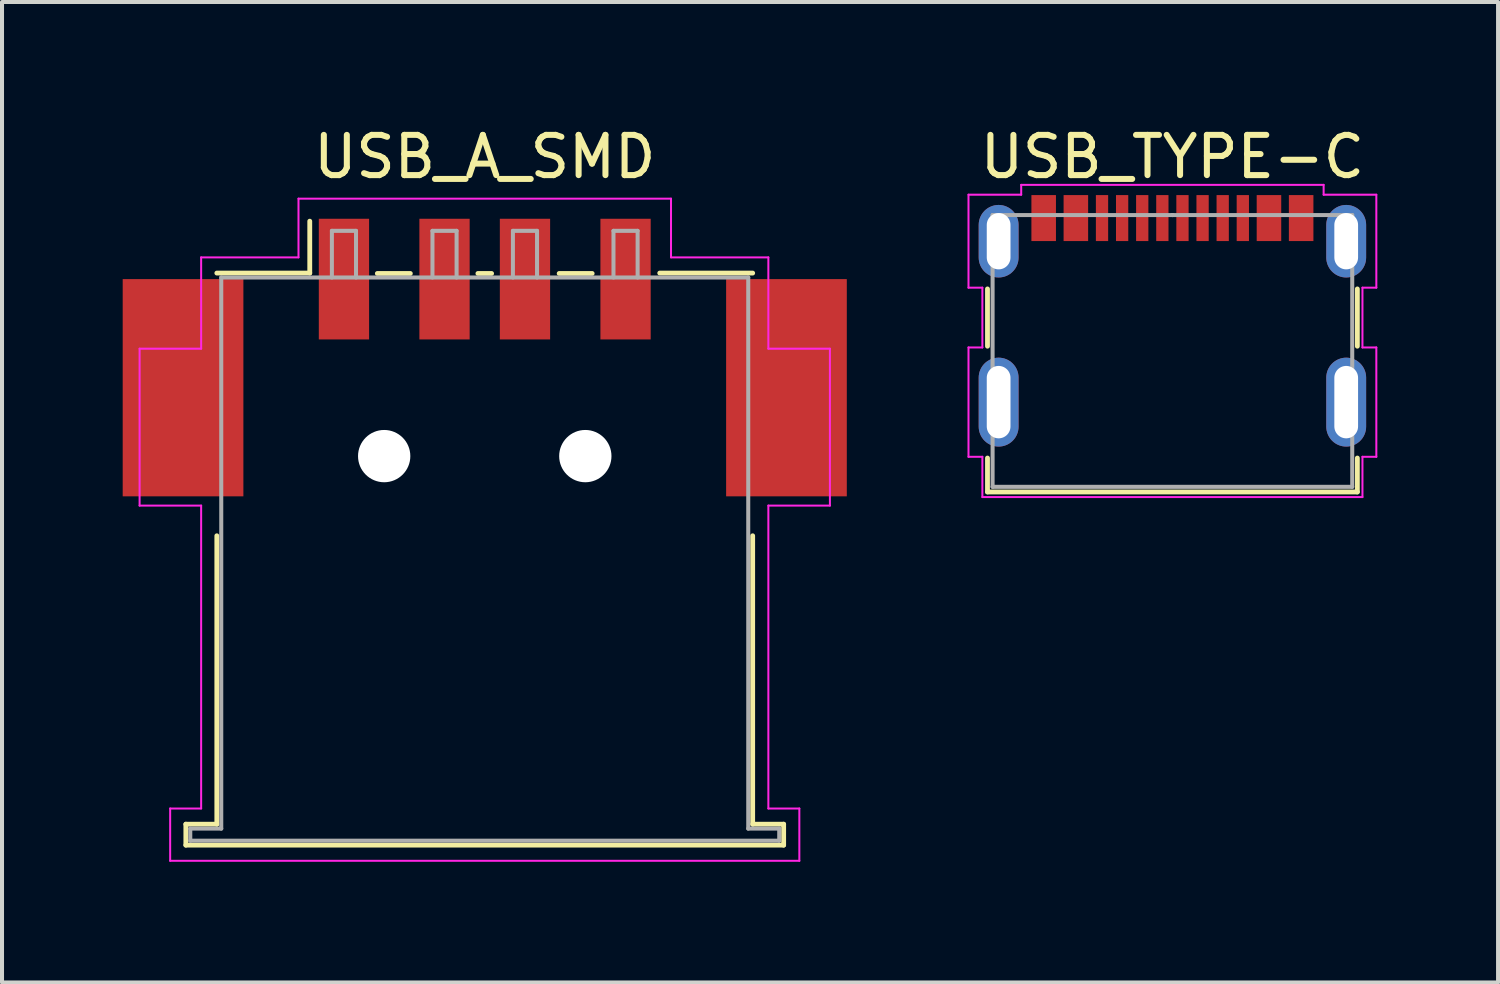
<source format=kicad_pcb>
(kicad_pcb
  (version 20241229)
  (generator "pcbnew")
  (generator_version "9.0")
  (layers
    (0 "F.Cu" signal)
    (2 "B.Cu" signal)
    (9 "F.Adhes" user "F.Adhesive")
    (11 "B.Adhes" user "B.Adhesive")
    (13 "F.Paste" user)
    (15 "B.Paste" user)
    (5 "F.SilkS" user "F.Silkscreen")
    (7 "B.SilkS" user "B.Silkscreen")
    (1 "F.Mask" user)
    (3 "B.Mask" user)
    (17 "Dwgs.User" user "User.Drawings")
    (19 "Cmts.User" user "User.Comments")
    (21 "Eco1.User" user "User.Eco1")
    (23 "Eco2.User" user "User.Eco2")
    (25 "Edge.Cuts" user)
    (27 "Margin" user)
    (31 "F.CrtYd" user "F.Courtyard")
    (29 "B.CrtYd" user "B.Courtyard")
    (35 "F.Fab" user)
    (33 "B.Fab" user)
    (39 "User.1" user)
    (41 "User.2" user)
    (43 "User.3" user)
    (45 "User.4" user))
  (footprint "USB_TYPE-C"
    (layer "F.Cu")
    (at 26.094 5.674)
    (property "Reference" "USB_TYPE-C" (at 0 -4.826 0) (layer "F.SilkS") (effects (font (size 1 1) (thickness 0.15))))
    (attr smd)
    (fp_line (start -4.597 -1.542) (end -4.597 -0.118) (stroke (width 0.12) (type solid)) (layer "F.SilkS"))
    (fp_line (start -4.597 2.662) (end -4.597 3.505) (stroke (width 0.12) (type solid)) (layer "F.SilkS"))
    (fp_line (start -4.597 3.505) (end 4.597 3.505) (stroke (width 0.12) (type solid)) (layer "F.SilkS"))
    (fp_line (start 4.597 -0.118) (end 4.597 -1.542) (stroke (width 0.12) (type solid)) (layer "F.SilkS"))
    (fp_line (start 4.597 3.505) (end 4.597 2.662) (stroke (width 0.12) (type solid)) (layer "F.SilkS"))
    (fp_line (start -5.069 -3.884) (end -5.069 -1.573) (stroke (width 0.05) (type solid)) (layer "F.CrtYd"))
    (fp_line (start -5.069 -1.573) (end -4.724 -1.573) (stroke (width 0.05) (type solid)) (layer "F.CrtYd"))
    (fp_line (start -5.069 -0.087) (end -5.069 2.631) (stroke (width 0.05) (type solid)) (layer "F.CrtYd"))
    (fp_line (start -5.069 2.631) (end -4.724 2.631) (stroke (width 0.05) (type solid)) (layer "F.CrtYd"))
    (fp_line (start -4.724 -1.573) (end -4.724 -0.087) (stroke (width 0.05) (type solid)) (layer "F.CrtYd"))
    (fp_line (start -4.724 -0.087) (end -5.069 -0.087) (stroke (width 0.05) (type solid)) (layer "F.CrtYd"))
    (fp_line (start -4.724 2.631) (end -4.724 3.632) (stroke (width 0.05) (type solid)) (layer "F.CrtYd"))
    (fp_line (start -4.724 3.632) (end 4.724 3.632) (stroke (width 0.05) (type solid)) (layer "F.CrtYd"))
    (fp_line (start -3.759 -4.129) (end -3.759 -3.884) (stroke (width 0.05) (type solid)) (layer "F.CrtYd"))
    (fp_line (start -3.759 -3.884) (end -5.069 -3.884) (stroke (width 0.05) (type solid)) (layer "F.CrtYd"))
    (fp_line (start 3.759 -4.129) (end -3.759 -4.129) (stroke (width 0.05) (type solid)) (layer "F.CrtYd"))
    (fp_line (start 3.759 -3.884) (end 3.759 -4.129) (stroke (width 0.05) (type solid)) (layer "F.CrtYd"))
    (fp_line (start 4.724 -1.573) (end 5.069 -1.573) (stroke (width 0.05) (type solid)) (layer "F.CrtYd"))
    (fp_line (start 4.724 -0.087) (end 4.724 -1.573) (stroke (width 0.05) (type solid)) (layer "F.CrtYd"))
    (fp_line (start 4.724 2.631) (end 5.069 2.631) (stroke (width 0.05) (type solid)) (layer "F.CrtYd"))
    (fp_line (start 4.724 3.632) (end 4.724 2.631) (stroke (width 0.05) (type solid)) (layer "F.CrtYd"))
    (fp_line (start 5.069 -3.884) (end 3.759 -3.884) (stroke (width 0.05) (type solid)) (layer "F.CrtYd"))
    (fp_line (start 5.069 -1.573) (end 5.069 -3.884) (stroke (width 0.05) (type solid)) (layer "F.CrtYd"))
    (fp_line (start 5.069 -0.087) (end 4.724 -0.087) (stroke (width 0.05) (type solid)) (layer "F.CrtYd"))
    (fp_line (start 5.069 2.631) (end 5.069 -0.087) (stroke (width 0.05) (type solid)) (layer "F.CrtYd"))
    (fp_line (start -4.47 -3.378) (end -4.47 3.378) (stroke (width 0.1) (type solid)) (layer "F.Fab"))
    (fp_line (start -4.47 3.378) (end 4.47 3.378) (stroke (width 0.1) (type solid)) (layer "F.Fab"))
    (fp_line (start 0 -3.378) (end 0 -3.378) (stroke (width 0.1) (type solid)) (layer "F.Fab"))
    (fp_line (start 0 -3.378) (end 0 -3.378) (stroke (width 0.1) (type solid)) (layer "F.Fab"))
    (fp_line (start 0 -3.378) (end 0 -3.378) (stroke (width 0.1) (type solid)) (layer "F.Fab"))
    (fp_line (start 0 -3.378) (end 0 -3.378) (stroke (width 0.1) (type solid)) (layer "F.Fab"))
    (fp_line (start 4.47 -3.378) (end -4.47 -3.378) (stroke (width 0.1) (type solid)) (layer "F.Fab"))
    (fp_line (start 4.47 3.378) (end 4.47 -3.378) (stroke (width 0.1) (type solid)) (layer "F.Fab"))
    (pad "A1" smd rect (at -3.2 -3.303) (size 0.61 1.143) (layers "F.Cu" "F.Mask" "F.Paste"))
    (pad "A4" smd rect (at -2.4 -3.303) (size 0.61 1.143) (layers "F.Cu" "F.Mask" "F.Paste"))
    (pad "A5" smd rect (at -1.25 -3.303) (size 0.305 1.143) (layers "F.Cu" "F.Mask" "F.Paste"))
    (pad "A6" smd rect (at -0.25 -3.303) (size 0.305 1.143) (layers "F.Cu" "F.Mask" "F.Paste"))
    (pad "A7" smd rect (at 0.25 -3.303) (size 0.305 1.143) (layers "F.Cu" "F.Mask" "F.Paste"))
    (pad "A8" smd rect (at 1.25 -3.303) (size 0.305 1.143) (layers "F.Cu" "F.Mask" "F.Paste"))
    (pad "A9" smd rect (at 2.4 -3.303) (size 0.61 1.143) (layers "F.Cu" "F.Mask" "F.Paste"))
    (pad "A12" smd rect (at 3.2 -3.303) (size 0.61 1.143) (layers "F.Cu" "F.Mask" "F.Paste"))
    (pad "B5" smd rect (at 1.75 -3.303) (size 0.305 1.143) (layers "F.Cu" "F.Mask" "F.Paste"))
    (pad "B6" smd rect (at 0.75 -3.303) (size 0.305 1.143) (layers "F.Cu" "F.Mask" "F.Paste"))
    (pad "B7" smd rect (at -0.75 -3.303) (size 0.305 1.143) (layers "F.Cu" "F.Mask" "F.Paste"))
    (pad "B8" smd rect (at -1.75 -3.303) (size 0.305 1.143) (layers "F.Cu" "F.Mask" "F.Paste"))
    (pad "S1" thru_hole oval (at -4.32 -2.728) (size 0.991 1.803) (drill oval 0.59 1.4) (layers "*.Cu" "*.Mask"))
    (pad "S1" thru_hole oval (at -4.32 1.272) (size 0.991 2.21) (drill oval 0.59 1.8) (layers "*.Cu" "*.Mask"))
    (pad "S1" thru_hole oval (at 4.32 -2.728) (size 0.991 1.803) (drill oval 0.59 1.4) (layers "*.Cu" "*.Mask"))
    (pad "S1" thru_hole oval (at 4.32 1.272) (size 0.991 2.21) (drill oval 0.59 1.8) (layers "*.Cu" "*.Mask")))
  (footprint "USB_A_SMD"
    (layer "F.Cu")
    (at 9 10.268)
    (property "Reference" "USB_A_SMD" (at 0 -9.42 0) (layer "F.SilkS") (effects (font (size 1 1) (thickness 0.15))))
    (attr smd)
    (fp_line (start -7.43 7.17) (end -7.43 7.69) (stroke (width 0.12) (type solid)) (layer "F.SilkS"))
    (fp_line (start -7.43 7.69) (end 7.43 7.69) (stroke (width 0.12) (type solid)) (layer "F.SilkS"))
    (fp_line (start -6.66 -6.53) (end -4.35 -6.53) (stroke (width 0.12) (type solid)) (layer "F.SilkS"))
    (fp_line (start -6.66 7.17) (end -7.43 7.17) (stroke (width 0.12) (type solid)) (layer "F.SilkS"))
    (fp_line (start -6.66 7.17) (end -6.66 0) (stroke (width 0.12) (type solid)) (layer "F.SilkS"))
    (fp_line (start -4.35 -7.82) (end -4.35 -6.53) (stroke (width 0.12) (type solid)) (layer "F.SilkS"))
    (fp_line (start -2.67 -6.52) (end -1.85 -6.52) (stroke (width 0.12) (type solid)) (layer "F.SilkS"))
    (fp_line (start -0.17 -6.52) (end 0.17 -6.52) (stroke (width 0.12) (type solid)) (layer "F.SilkS"))
    (fp_line (start 1.85 -6.52) (end 2.67 -6.52) (stroke (width 0.12) (type solid)) (layer "F.SilkS"))
    (fp_line (start 4.35 -6.53) (end 6.66 -6.53) (stroke (width 0.12) (type solid)) (layer "F.SilkS"))
    (fp_line (start 6.66 0) (end 6.66 7.17) (stroke (width 0.12) (type solid)) (layer "F.SilkS"))
    (fp_line (start 7.43 7.17) (end 6.66 7.17) (stroke (width 0.12) (type solid)) (layer "F.SilkS"))
    (fp_line (start 7.43 7.69) (end 7.43 7.17) (stroke (width 0.12) (type solid)) (layer "F.SilkS"))
    (fp_line (start -8.58 -4.65) (end -8.58 -0.75) (stroke (width 0.05) (type solid)) (layer "F.CrtYd"))
    (fp_line (start -7.82 6.78) (end -7.05 6.78) (stroke (width 0.05) (type solid)) (layer "F.CrtYd"))
    (fp_line (start -7.82 8.08) (end -7.82 6.78) (stroke (width 0.05) (type solid)) (layer "F.CrtYd"))
    (fp_line (start -7.82 8.08) (end 7.82 8.08) (stroke (width 0.05) (type solid)) (layer "F.CrtYd"))
    (fp_line (start -7.05 -6.92) (end -7.05 -4.65) (stroke (width 0.05) (type solid)) (layer "F.CrtYd"))
    (fp_line (start -7.05 -6.92) (end -4.63 -6.92) (stroke (width 0.05) (type solid)) (layer "F.CrtYd"))
    (fp_line (start -7.05 -4.65) (end -8.58 -4.65) (stroke (width 0.05) (type solid)) (layer "F.CrtYd"))
    (fp_line (start -7.05 -0.75) (end -8.58 -0.75) (stroke (width 0.05) (type solid)) (layer "F.CrtYd"))
    (fp_line (start -7.05 6.78) (end -7.05 -0.75) (stroke (width 0.05) (type solid)) (layer "F.CrtYd"))
    (fp_line (start -4.63 -8.38) (end -4.63 -6.92) (stroke (width 0.05) (type solid)) (layer "F.CrtYd"))
    (fp_line (start -4.63 -8.38) (end 4.63 -8.38) (stroke (width 0.05) (type solid)) (layer "F.CrtYd"))
    (fp_line (start 4.63 -8.38) (end 4.63 -6.92) (stroke (width 0.05) (type solid)) (layer "F.CrtYd"))
    (fp_line (start 4.63 -6.92) (end 7.05 -6.92) (stroke (width 0.05) (type solid)) (layer "F.CrtYd"))
    (fp_line (start 7.05 -6.92) (end 7.05 -4.65) (stroke (width 0.05) (type solid)) (layer "F.CrtYd"))
    (fp_line (start 7.05 6.78) (end 7.05 -0.75) (stroke (width 0.05) (type solid)) (layer "F.CrtYd"))
    (fp_line (start 7.82 6.78) (end 7.05 6.78) (stroke (width 0.05) (type solid)) (layer "F.CrtYd"))
    (fp_line (start 7.82 8.08) (end 7.82 6.78) (stroke (width 0.05) (type solid)) (layer "F.CrtYd"))
    (fp_line (start 8.58 -4.65) (end 7.05 -4.65) (stroke (width 0.05) (type solid)) (layer "F.CrtYd"))
    (fp_line (start 8.58 -4.65) (end 8.58 -0.75) (stroke (width 0.05) (type solid)) (layer "F.CrtYd"))
    (fp_line (start 8.58 -0.75) (end 7.05 -0.75) (stroke (width 0.05) (type solid)) (layer "F.CrtYd"))
    (fp_line (start -7.32 7.28) (end -7.32 7.58) (stroke (width 0.1) (type solid)) (layer "F.Fab"))
    (fp_line (start -7.32 7.58) (end 7.32 7.58) (stroke (width 0.1) (type solid)) (layer "F.Fab"))
    (fp_line (start -6.55 -6.42) (end 6.55 -6.42) (stroke (width 0.1) (type solid)) (layer "F.Fab"))
    (fp_line (start -6.55 7.28) (end -7.32 7.28) (stroke (width 0.1) (type solid)) (layer "F.Fab"))
    (fp_line (start -6.55 7.28) (end -6.55 -6.42) (stroke (width 0.1) (type solid)) (layer "F.Fab"))
    (fp_line (start -3.8 -7.58) (end -3.8 -6.42) (stroke (width 0.1) (type solid)) (layer "F.Fab"))
    (fp_line (start -3.8 -7.58) (end -3.2 -7.58) (stroke (width 0.1) (type solid)) (layer "F.Fab"))
    (fp_line (start -3.2 -7.58) (end -3.2 -6.42) (stroke (width 0.1) (type solid)) (layer "F.Fab"))
    (fp_line (start -1.3 -7.58) (end -1.3 -6.42) (stroke (width 0.1) (type solid)) (layer "F.Fab"))
    (fp_line (start -1.3 -7.58) (end -0.7 -7.58) (stroke (width 0.1) (type solid)) (layer "F.Fab"))
    (fp_line (start -0.7 -7.58) (end -0.7 -6.42) (stroke (width 0.1) (type solid)) (layer "F.Fab"))
    (fp_line (start 0.7 -7.58) (end 0.7 -6.42) (stroke (width 0.1) (type solid)) (layer "F.Fab"))
    (fp_line (start 0.7 -7.58) (end 1.3 -7.58) (stroke (width 0.1) (type solid)) (layer "F.Fab"))
    (fp_line (start 1.3 -7.58) (end 1.3 -6.42) (stroke (width 0.1) (type solid)) (layer "F.Fab"))
    (fp_line (start 3.2 -7.58) (end 3.2 -6.42) (stroke (width 0.1) (type solid)) (layer "F.Fab"))
    (fp_line (start 3.2 -7.58) (end 3.8 -7.58) (stroke (width 0.1) (type solid)) (layer "F.Fab"))
    (fp_line (start 3.8 -7.58) (end 3.8 -6.42) (stroke (width 0.1) (type solid)) (layer "F.Fab"))
    (fp_line (start 6.55 -6.42) (end 6.55 7.28) (stroke (width 0.1) (type solid)) (layer "F.Fab"))
    (fp_line (start 7.32 7.28) (end 6.55 7.28) (stroke (width 0.1) (type solid)) (layer "F.Fab"))
    (fp_line (start 7.32 7.58) (end 7.32 7.28) (stroke (width 0.1) (type solid)) (layer "F.Fab"))
    (pad "" np_thru_hole circle (at -2.5 -1.98) (size 1.3 1.3) (drill 1.3) (layers "*.Cu" "*.Mask"))
    (pad "" np_thru_hole circle (at 2.5 -1.98) (size 1.3 1.3) (drill 1.3) (layers "*.Cu" "*.Mask"))
    (pad "1" smd rect (at -3.5 -6.38) (size 1.25 3) (layers "F.Cu" "F.Mask" "F.Paste"))
    (pad "2" smd rect (at -1 -6.38) (size 1.25 3) (layers "F.Cu" "F.Mask" "F.Paste"))
    (pad "3" smd rect (at 1 -6.38) (size 1.25 3) (layers "F.Cu" "F.Mask" "F.Paste"))
    (pad "4" smd rect (at 3.5 -6.38) (size 1.25 3) (layers "F.Cu" "F.Mask" "F.Paste"))
    (pad "5" smd rect (at -7.5 -3.68) (size 3 5.4) (layers "F.Cu" "F.Mask" "F.Paste"))
    (pad "5" smd rect (at 7.5 -3.68) (size 3 5.4) (layers "F.Cu" "F.Mask" "F.Paste")))
  (gr_rect
    (start -3 -3)
    (end 34.189 21.373)
    (stroke (width 0.1) (type default))
    (fill no)
    (layer "Edge.Cuts")))
</source>
